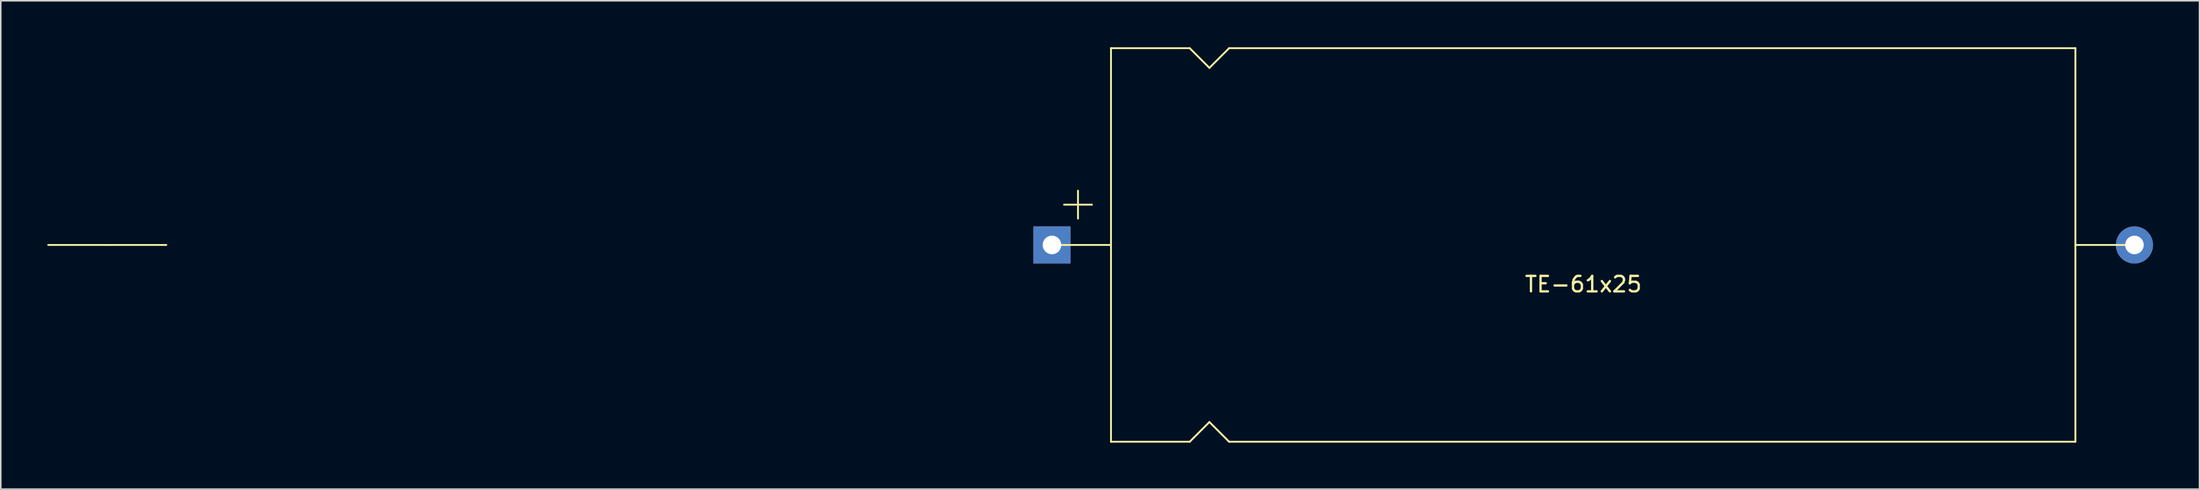
<source format=kicad_pcb>
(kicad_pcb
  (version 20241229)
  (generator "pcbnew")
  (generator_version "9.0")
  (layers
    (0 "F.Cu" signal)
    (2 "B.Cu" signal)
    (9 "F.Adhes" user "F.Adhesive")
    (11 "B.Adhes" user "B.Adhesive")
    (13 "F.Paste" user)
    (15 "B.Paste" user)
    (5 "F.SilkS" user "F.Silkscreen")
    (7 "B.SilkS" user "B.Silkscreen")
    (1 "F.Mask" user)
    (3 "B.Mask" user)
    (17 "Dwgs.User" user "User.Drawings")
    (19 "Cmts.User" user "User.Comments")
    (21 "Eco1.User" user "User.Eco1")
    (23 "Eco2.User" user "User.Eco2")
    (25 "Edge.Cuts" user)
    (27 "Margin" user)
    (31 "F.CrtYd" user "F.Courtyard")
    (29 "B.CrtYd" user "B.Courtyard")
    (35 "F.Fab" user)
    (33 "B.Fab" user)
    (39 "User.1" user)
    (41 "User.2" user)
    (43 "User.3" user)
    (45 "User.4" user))
  (footprint "TE-61x25"
    (layer "F.Cu")
    (at 99.12 12.76)
    (property "Reference" "TE-61x25" (at 0 2.54 0) (layer "F.SilkS") (effects (font (size 1 1) (thickness 0.15))))
    (attr through_hole)
    (fp_line (start -99.06 0) (end -95.25 0) (stroke (width 0.12) (type solid)) (layer "F.SilkS"))
    (fp_line (start -95.25 0) (end -91.44 0) (stroke (width 0.12) (type solid)) (layer "F.SilkS"))
    (fp_line (start -34.29 0) (end -30.48 0) (stroke (width 0.12) (type solid)) (layer "F.SilkS"))
    (fp_line (start -33.51 -2.6) (end -31.71 -2.6) (stroke (width 0.12) (type solid)) (layer "F.SilkS"))
    (fp_line (start -32.61 -3.5) (end -32.61 -1.7) (stroke (width 0.12) (type solid)) (layer "F.SilkS"))
    (fp_line (start -30.48 -12.7) (end -30.48 12.7) (stroke (width 0.12) (type solid)) (layer "F.SilkS"))
    (fp_line (start -30.48 -12.7) (end -25.4 -12.7) (stroke (width 0.12) (type solid)) (layer "F.SilkS"))
    (fp_line (start -30.48 12.7) (end -25.4 12.7) (stroke (width 0.12) (type solid)) (layer "F.SilkS"))
    (fp_line (start -25.4 -12.7) (end -24.13 -11.43) (stroke (width 0.12) (type solid)) (layer "F.SilkS"))
    (fp_line (start -25.4 12.7) (end -24.13 11.43) (stroke (width 0.12) (type solid)) (layer "F.SilkS"))
    (fp_line (start -24.13 -11.43) (end -22.86 -12.7) (stroke (width 0.12) (type solid)) (layer "F.SilkS"))
    (fp_line (start -22.86 -12.7) (end 31.75 -12.7) (stroke (width 0.12) (type solid)) (layer "F.SilkS"))
    (fp_line (start -22.86 12.7) (end -24.13 11.43) (stroke (width 0.12) (type solid)) (layer "F.SilkS"))
    (fp_line (start -22.86 12.7) (end 31.75 12.7) (stroke (width 0.12) (type solid)) (layer "F.SilkS"))
    (fp_line (start 31.75 -12.7) (end 31.75 12.7) (stroke (width 0.12) (type solid)) (layer "F.SilkS"))
    (fp_line (start 31.75 0) (end 35.56 0) (stroke (width 0.12) (type solid)) (layer "F.SilkS"))
    (pad "1" thru_hole rect (at -34.29 0) (size 2.4 2.4) (drill 1.2) (layers "*.Cu" "*.Mask"))
    (pad "2" thru_hole oval (at 35.56 0) (size 2.4 2.4) (drill 1.2) (layers "*.Cu" "*.Mask")))
  (gr_rect
    (start -3 -3)
    (end 138.88 28.52)
    (stroke (width 0.1) (type default))
    (fill no)
    (layer "Edge.Cuts")))
</source>
